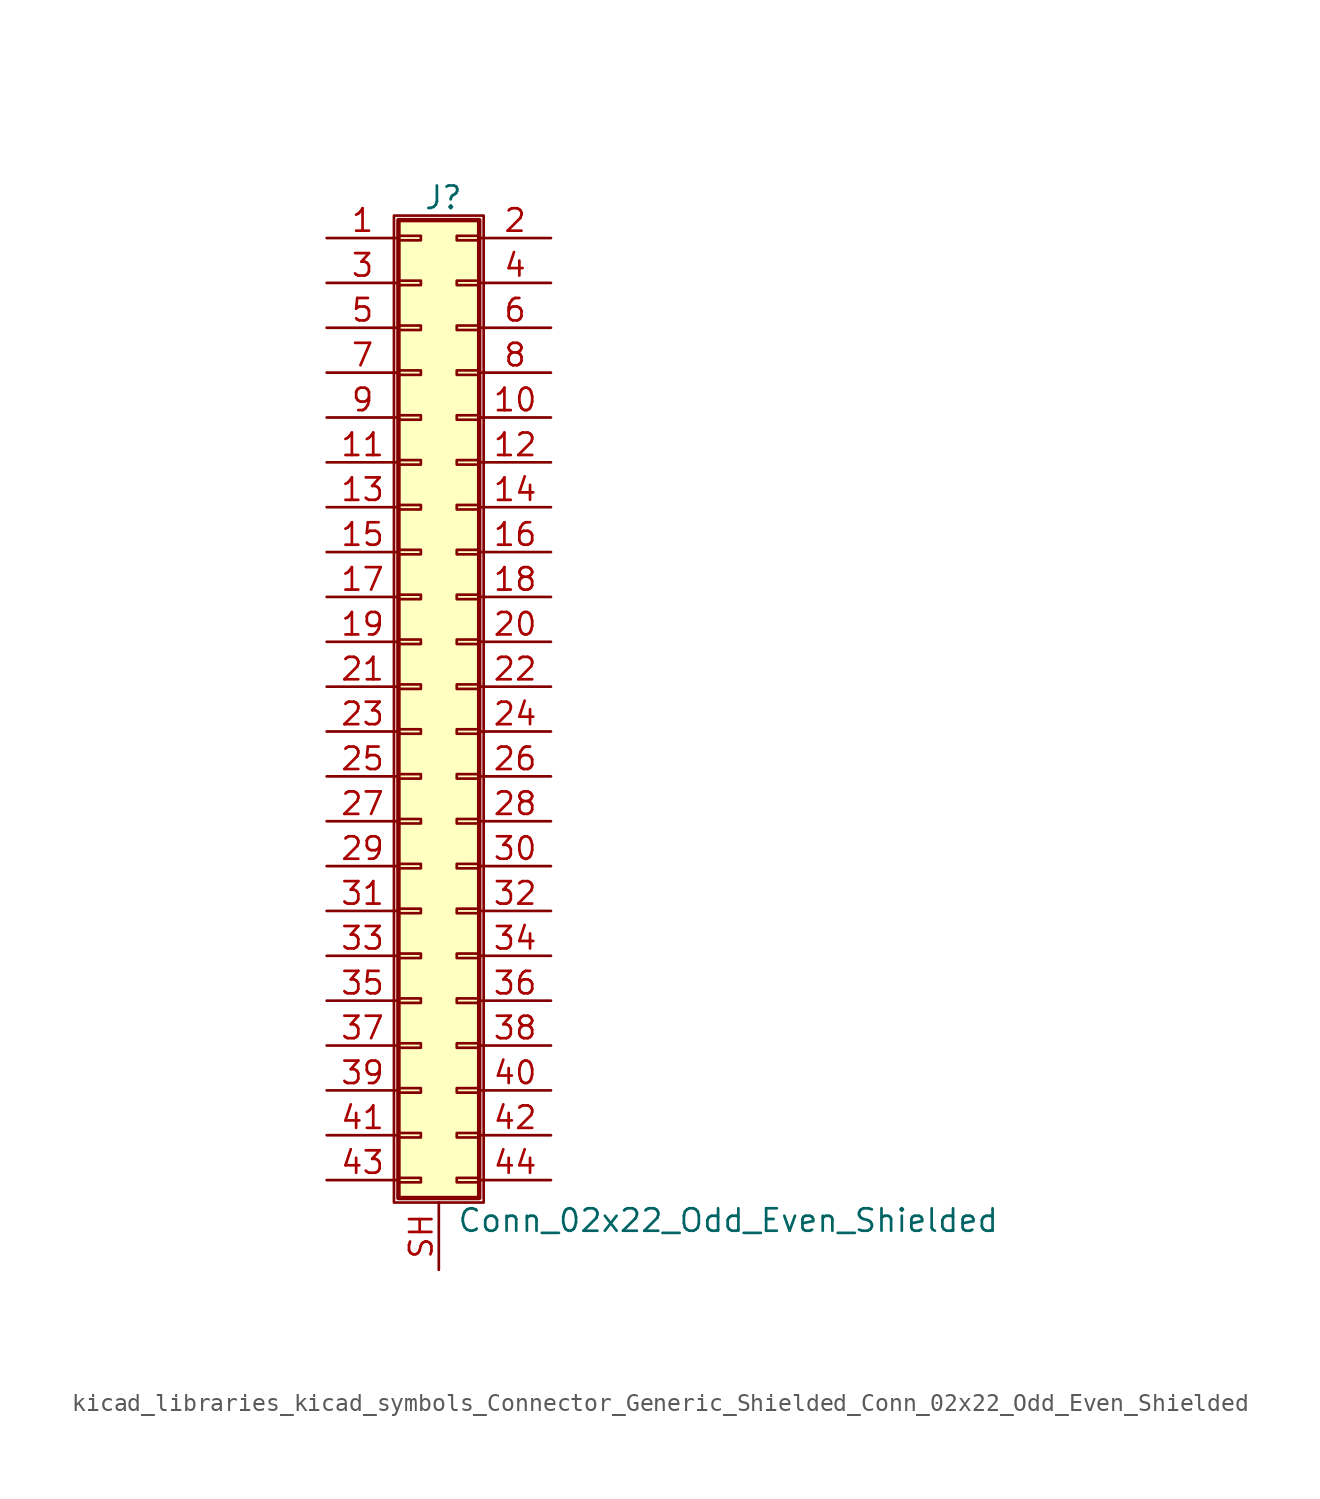
<source format=kicad_sym>
(kicad_symbol_lib
  (version 20220914)
  (generator kicad_symbol_editor)
  (symbol "kicad_libraries_kicad_symbols_Connector_Generic_Shielded_Conn_02x22_Odd_Even_Shielded"
    (pin_names
      (offset 1.016) hide)
    (property "Reference" "J"
      (at 1.524 27.686 0)
      (effects (font (size 1.27 1.27))))
    (property "Value" "Conn_02x22_Odd_Even_Shielded"
      (at 2.286 -30.226 0)
      (effects (font (size 1.27 1.27)) (justify left)))
    (symbol "kicad_libraries_kicad_symbols_Connector_Generic_Shielded_Conn_02x22_Odd_Even_Shielded_1_1"
      (rectangle (start -1.27 26.67) (end 3.81 -29.21) (stroke (width 0.152) (type default)) (fill (type none)))
      (rectangle (start -1.016 -27.813) (end 0.254 -28.067) (stroke (width 0.152) (type default)) (fill (type none)))
      (rectangle (start -1.016 -25.273) (end 0.254 -25.527) (stroke (width 0.152) (type default)) (fill (type none)))
      (rectangle (start -1.016 -22.733) (end 0.254 -22.987) (stroke (width 0.152) (type default)) (fill (type none)))
      (rectangle (start -1.016 -20.193) (end 0.254 -20.447) (stroke (width 0.152) (type default)) (fill (type none)))
      (rectangle (start -1.016 -17.653) (end 0.254 -17.907) (stroke (width 0.152) (type default)) (fill (type none)))
      (rectangle (start -1.016 -15.113) (end 0.254 -15.367) (stroke (width 0.152) (type default)) (fill (type none)))
      (rectangle (start -1.016 -12.573) (end 0.254 -12.827) (stroke (width 0.152) (type default)) (fill (type none)))
      (rectangle (start -1.016 -10.033) (end 0.254 -10.287) (stroke (width 0.152) (type default)) (fill (type none)))
      (rectangle (start -1.016 -7.493) (end 0.254 -7.747) (stroke (width 0.152) (type default)) (fill (type none)))
      (rectangle (start -1.016 -4.953) (end 0.254 -5.207) (stroke (width 0.152) (type default)) (fill (type none)))
      (rectangle (start -1.016 -2.413) (end 0.254 -2.667) (stroke (width 0.152) (type default)) (fill (type none)))
      (rectangle (start -1.016 0.127) (end 0.254 -0.127) (stroke (width 0.152) (type default)) (fill (type none)))
      (rectangle (start -1.016 2.667) (end 0.254 2.413) (stroke (width 0.152) (type default)) (fill (type none)))
      (rectangle (start -1.016 5.207) (end 0.254 4.953) (stroke (width 0.152) (type default)) (fill (type none)))
      (rectangle (start -1.016 7.747) (end 0.254 7.493) (stroke (width 0.152) (type default)) (fill (type none)))
      (rectangle (start -1.016 10.287) (end 0.254 10.033) (stroke (width 0.152) (type default)) (fill (type none)))
      (rectangle (start -1.016 12.827) (end 0.254 12.573) (stroke (width 0.152) (type default)) (fill (type none)))
      (rectangle (start -1.016 15.367) (end 0.254 15.113) (stroke (width 0.152) (type default)) (fill (type none)))
      (rectangle (start -1.016 17.907) (end 0.254 17.653) (stroke (width 0.152) (type default)) (fill (type none)))
      (rectangle (start -1.016 20.447) (end 0.254 20.193) (stroke (width 0.152) (type default)) (fill (type none)))
      (rectangle (start -1.016 22.987) (end 0.254 22.733) (stroke (width 0.152) (type default)) (fill (type none)))
      (rectangle (start -1.016 25.527) (end 0.254 25.273) (stroke (width 0.152) (type default)) (fill (type none)))
      (rectangle (start -1.016 26.416) (end 3.556 -28.956) (stroke (width 0.254) (type default)) (fill (type background)))
      (rectangle (start 3.556 -27.813) (end 2.286 -28.067) (stroke (width 0.152) (type default)) (fill (type none)))
      (rectangle (start 3.556 -25.273) (end 2.286 -25.527) (stroke (width 0.152) (type default)) (fill (type none)))
      (rectangle (start 3.556 -22.733) (end 2.286 -22.987) (stroke (width 0.152) (type default)) (fill (type none)))
      (rectangle (start 3.556 -20.193) (end 2.286 -20.447) (stroke (width 0.152) (type default)) (fill (type none)))
      (rectangle (start 3.556 -17.653) (end 2.286 -17.907) (stroke (width 0.152) (type default)) (fill (type none)))
      (rectangle (start 3.556 -15.113) (end 2.286 -15.367) (stroke (width 0.152) (type default)) (fill (type none)))
      (rectangle (start 3.556 -12.573) (end 2.286 -12.827) (stroke (width 0.152) (type default)) (fill (type none)))
      (rectangle (start 3.556 -10.033) (end 2.286 -10.287) (stroke (width 0.152) (type default)) (fill (type none)))
      (rectangle (start 3.556 -7.493) (end 2.286 -7.747) (stroke (width 0.152) (type default)) (fill (type none)))
      (rectangle (start 3.556 -4.953) (end 2.286 -5.207) (stroke (width 0.152) (type default)) (fill (type none)))
      (rectangle (start 3.556 -2.413) (end 2.286 -2.667) (stroke (width 0.152) (type default)) (fill (type none)))
      (rectangle (start 3.556 0.127) (end 2.286 -0.127) (stroke (width 0.152) (type default)) (fill (type none)))
      (rectangle (start 3.556 2.667) (end 2.286 2.413) (stroke (width 0.152) (type default)) (fill (type none)))
      (rectangle (start 3.556 5.207) (end 2.286 4.953) (stroke (width 0.152) (type default)) (fill (type none)))
      (rectangle (start 3.556 7.747) (end 2.286 7.493) (stroke (width 0.152) (type default)) (fill (type none)))
      (rectangle (start 3.556 10.287) (end 2.286 10.033) (stroke (width 0.152) (type default)) (fill (type none)))
      (rectangle (start 3.556 12.827) (end 2.286 12.573) (stroke (width 0.152) (type default)) (fill (type none)))
      (rectangle (start 3.556 15.367) (end 2.286 15.113) (stroke (width 0.152) (type default)) (fill (type none)))
      (rectangle (start 3.556 17.907) (end 2.286 17.653) (stroke (width 0.152) (type default)) (fill (type none)))
      (rectangle (start 3.556 20.447) (end 2.286 20.193) (stroke (width 0.152) (type default)) (fill (type none)))
      (rectangle (start 3.556 22.987) (end 2.286 22.733) (stroke (width 0.152) (type default)) (fill (type none)))
      (rectangle (start 3.556 25.527) (end 2.286 25.273) (stroke (width 0.152) (type default)) (fill (type none)))
      (pin passive line (at -5.08 25.4 0) (length 4.064) (name "Pin_1" (effects (font (size 1.27 1.27)))) (number "1" (effects (font (size 1.27 1.27)))))
      (pin passive line (at 7.62 15.24 180) (length 4.064) (name "Pin_10" (effects (font (size 1.27 1.27)))) (number "10" (effects (font (size 1.27 1.27)))))
      (pin passive line (at -5.08 12.7 0) (length 4.064) (name "Pin_11" (effects (font (size 1.27 1.27)))) (number "11" (effects (font (size 1.27 1.27)))))
      (pin passive line (at 7.62 12.7 180) (length 4.064) (name "Pin_12" (effects (font (size 1.27 1.27)))) (number "12" (effects (font (size 1.27 1.27)))))
      (pin passive line (at -5.08 10.16 0) (length 4.064) (name "Pin_13" (effects (font (size 1.27 1.27)))) (number "13" (effects (font (size 1.27 1.27)))))
      (pin passive line (at 7.62 10.16 180) (length 4.064) (name "Pin_14" (effects (font (size 1.27 1.27)))) (number "14" (effects (font (size 1.27 1.27)))))
      (pin passive line (at -5.08 7.62 0) (length 4.064) (name "Pin_15" (effects (font (size 1.27 1.27)))) (number "15" (effects (font (size 1.27 1.27)))))
      (pin passive line (at 7.62 7.62 180) (length 4.064) (name "Pin_16" (effects (font (size 1.27 1.27)))) (number "16" (effects (font (size 1.27 1.27)))))
      (pin passive line (at -5.08 5.08 0) (length 4.064) (name "Pin_17" (effects (font (size 1.27 1.27)))) (number "17" (effects (font (size 1.27 1.27)))))
      (pin passive line (at 7.62 5.08 180) (length 4.064) (name "Pin_18" (effects (font (size 1.27 1.27)))) (number "18" (effects (font (size 1.27 1.27)))))
      (pin passive line (at -5.08 2.54 0) (length 4.064) (name "Pin_19" (effects (font (size 1.27 1.27)))) (number "19" (effects (font (size 1.27 1.27)))))
      (pin passive line (at 7.62 25.4 180) (length 4.064) (name "Pin_2" (effects (font (size 1.27 1.27)))) (number "2" (effects (font (size 1.27 1.27)))))
      (pin passive line (at 7.62 2.54 180) (length 4.064) (name "Pin_20" (effects (font (size 1.27 1.27)))) (number "20" (effects (font (size 1.27 1.27)))))
      (pin passive line (at -5.08 0 0) (length 4.064) (name "Pin_21" (effects (font (size 1.27 1.27)))) (number "21" (effects (font (size 1.27 1.27)))))
      (pin passive line (at 7.62 0 180) (length 4.064) (name "Pin_22" (effects (font (size 1.27 1.27)))) (number "22" (effects (font (size 1.27 1.27)))))
      (pin passive line (at -5.08 -2.54 0) (length 4.064) (name "Pin_23" (effects (font (size 1.27 1.27)))) (number "23" (effects (font (size 1.27 1.27)))))
      (pin passive line (at 7.62 -2.54 180) (length 4.064) (name "Pin_24" (effects (font (size 1.27 1.27)))) (number "24" (effects (font (size 1.27 1.27)))))
      (pin passive line (at -5.08 -5.08 0) (length 4.064) (name "Pin_25" (effects (font (size 1.27 1.27)))) (number "25" (effects (font (size 1.27 1.27)))))
      (pin passive line (at 7.62 -5.08 180) (length 4.064) (name "Pin_26" (effects (font (size 1.27 1.27)))) (number "26" (effects (font (size 1.27 1.27)))))
      (pin passive line (at -5.08 -7.62 0) (length 4.064) (name "Pin_27" (effects (font (size 1.27 1.27)))) (number "27" (effects (font (size 1.27 1.27)))))
      (pin passive line (at 7.62 -7.62 180) (length 4.064) (name "Pin_28" (effects (font (size 1.27 1.27)))) (number "28" (effects (font (size 1.27 1.27)))))
      (pin passive line (at -5.08 -10.16 0) (length 4.064) (name "Pin_29" (effects (font (size 1.27 1.27)))) (number "29" (effects (font (size 1.27 1.27)))))
      (pin passive line (at -5.08 22.86 0) (length 4.064) (name "Pin_3" (effects (font (size 1.27 1.27)))) (number "3" (effects (font (size 1.27 1.27)))))
      (pin passive line (at 7.62 -10.16 180) (length 4.064) (name "Pin_30" (effects (font (size 1.27 1.27)))) (number "30" (effects (font (size 1.27 1.27)))))
      (pin passive line (at -5.08 -12.7 0) (length 4.064) (name "Pin_31" (effects (font (size 1.27 1.27)))) (number "31" (effects (font (size 1.27 1.27)))))
      (pin passive line (at 7.62 -12.7 180) (length 4.064) (name "Pin_32" (effects (font (size 1.27 1.27)))) (number "32" (effects (font (size 1.27 1.27)))))
      (pin passive line (at -5.08 -15.24 0) (length 4.064) (name "Pin_33" (effects (font (size 1.27 1.27)))) (number "33" (effects (font (size 1.27 1.27)))))
      (pin passive line (at 7.62 -15.24 180) (length 4.064) (name "Pin_34" (effects (font (size 1.27 1.27)))) (number "34" (effects (font (size 1.27 1.27)))))
      (pin passive line (at -5.08 -17.78 0) (length 4.064) (name "Pin_35" (effects (font (size 1.27 1.27)))) (number "35" (effects (font (size 1.27 1.27)))))
      (pin passive line (at 7.62 -17.78 180) (length 4.064) (name "Pin_36" (effects (font (size 1.27 1.27)))) (number "36" (effects (font (size 1.27 1.27)))))
      (pin passive line (at -5.08 -20.32 0) (length 4.064) (name "Pin_37" (effects (font (size 1.27 1.27)))) (number "37" (effects (font (size 1.27 1.27)))))
      (pin passive line (at 7.62 -20.32 180) (length 4.064) (name "Pin_38" (effects (font (size 1.27 1.27)))) (number "38" (effects (font (size 1.27 1.27)))))
      (pin passive line (at -5.08 -22.86 0) (length 4.064) (name "Pin_39" (effects (font (size 1.27 1.27)))) (number "39" (effects (font (size 1.27 1.27)))))
      (pin passive line (at 7.62 22.86 180) (length 4.064) (name "Pin_4" (effects (font (size 1.27 1.27)))) (number "4" (effects (font (size 1.27 1.27)))))
      (pin passive line (at 7.62 -22.86 180) (length 4.064) (name "Pin_40" (effects (font (size 1.27 1.27)))) (number "40" (effects (font (size 1.27 1.27)))))
      (pin passive line (at -5.08 -25.4 0) (length 4.064) (name "Pin_41" (effects (font (size 1.27 1.27)))) (number "41" (effects (font (size 1.27 1.27)))))
      (pin passive line (at 7.62 -25.4 180) (length 4.064) (name "Pin_42" (effects (font (size 1.27 1.27)))) (number "42" (effects (font (size 1.27 1.27)))))
      (pin passive line (at -5.08 -27.94 0) (length 4.064) (name "Pin_43" (effects (font (size 1.27 1.27)))) (number "43" (effects (font (size 1.27 1.27)))))
      (pin passive line (at 7.62 -27.94 180) (length 4.064) (name "Pin_44" (effects (font (size 1.27 1.27)))) (number "44" (effects (font (size 1.27 1.27)))))
      (pin passive line (at -5.08 20.32 0) (length 4.064) (name "Pin_5" (effects (font (size 1.27 1.27)))) (number "5" (effects (font (size 1.27 1.27)))))
      (pin passive line (at 7.62 20.32 180) (length 4.064) (name "Pin_6" (effects (font (size 1.27 1.27)))) (number "6" (effects (font (size 1.27 1.27)))))
      (pin passive line (at -5.08 17.78 0) (length 4.064) (name "Pin_7" (effects (font (size 1.27 1.27)))) (number "7" (effects (font (size 1.27 1.27)))))
      (pin passive line (at 7.62 17.78 180) (length 4.064) (name "Pin_8" (effects (font (size 1.27 1.27)))) (number "8" (effects (font (size 1.27 1.27)))))
      (pin passive line (at -5.08 15.24 0) (length 4.064) (name "Pin_9" (effects (font (size 1.27 1.27)))) (number "9" (effects (font (size 1.27 1.27)))))
      (pin passive line (at 1.27 -33.02 90) (length 3.81) (name "Shield" (effects (font (size 1.27 1.27)))) (number "SH" (effects (font (size 1.27 1.27))))))))
</source>
